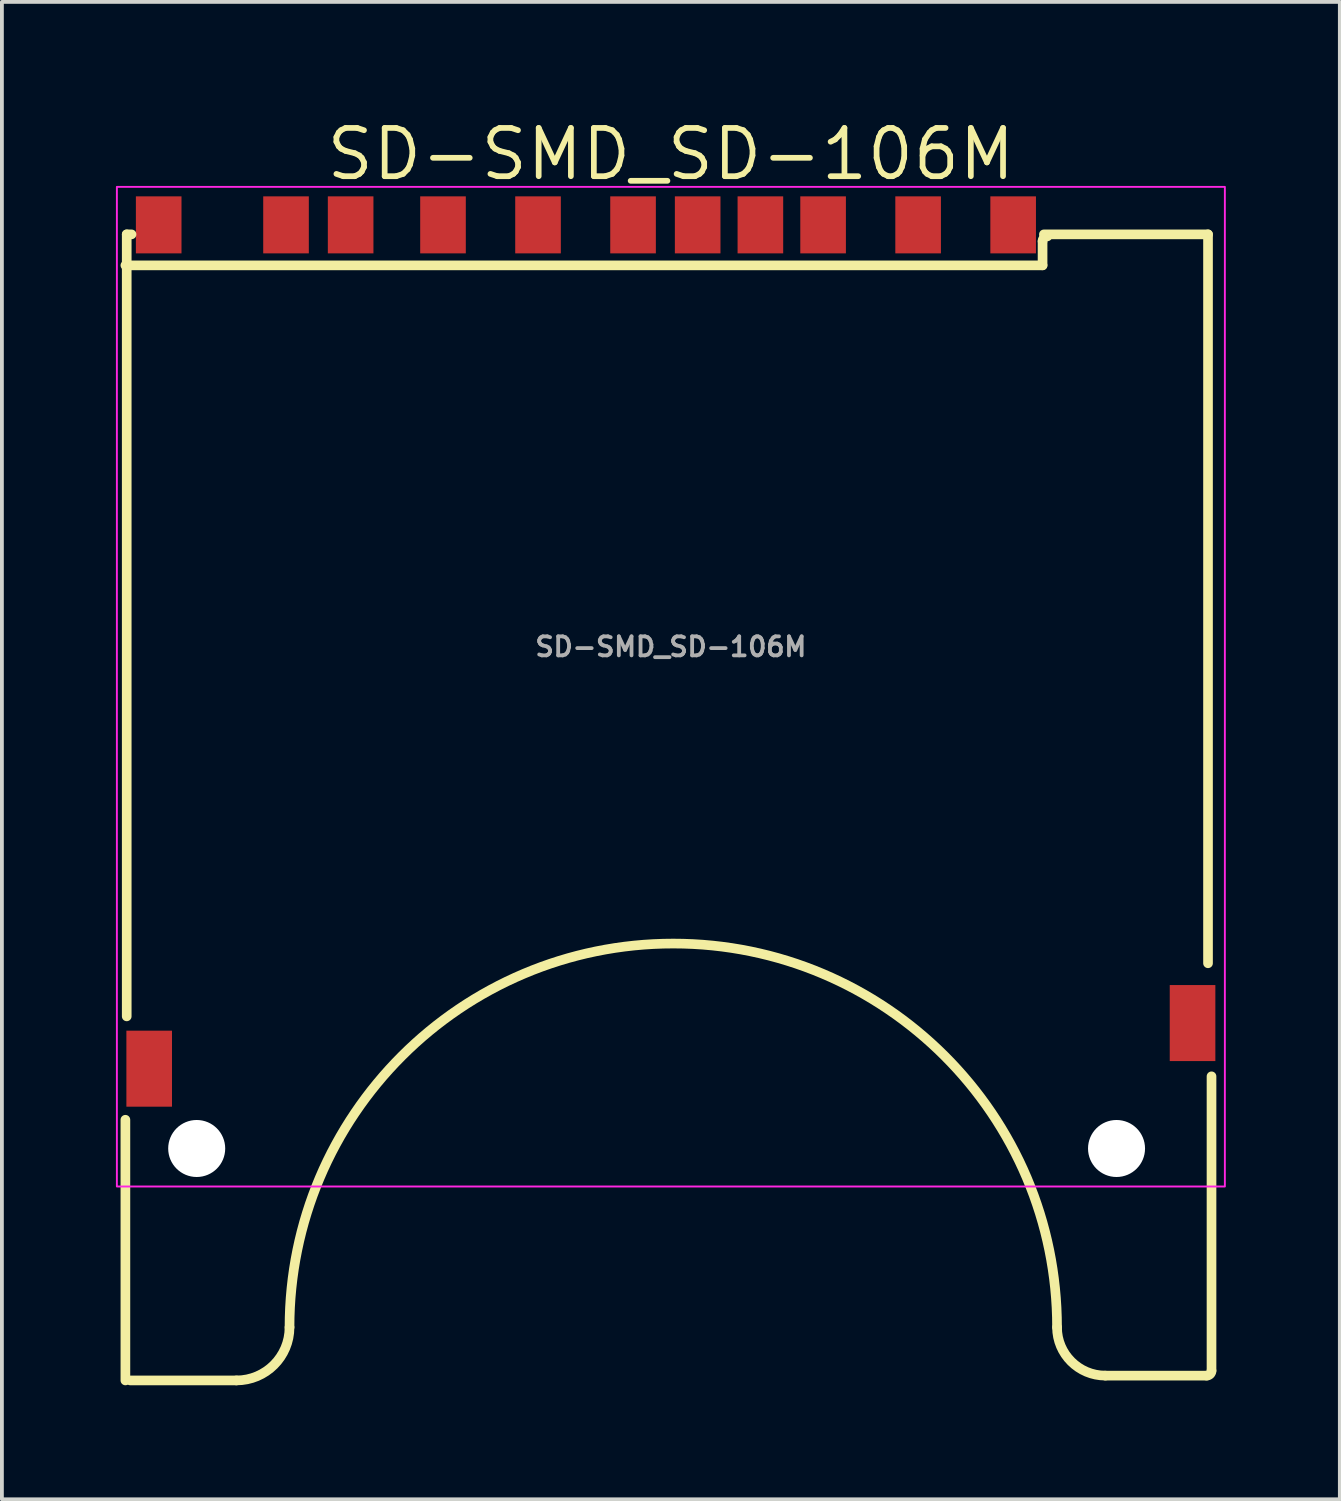
<source format=kicad_pcb>
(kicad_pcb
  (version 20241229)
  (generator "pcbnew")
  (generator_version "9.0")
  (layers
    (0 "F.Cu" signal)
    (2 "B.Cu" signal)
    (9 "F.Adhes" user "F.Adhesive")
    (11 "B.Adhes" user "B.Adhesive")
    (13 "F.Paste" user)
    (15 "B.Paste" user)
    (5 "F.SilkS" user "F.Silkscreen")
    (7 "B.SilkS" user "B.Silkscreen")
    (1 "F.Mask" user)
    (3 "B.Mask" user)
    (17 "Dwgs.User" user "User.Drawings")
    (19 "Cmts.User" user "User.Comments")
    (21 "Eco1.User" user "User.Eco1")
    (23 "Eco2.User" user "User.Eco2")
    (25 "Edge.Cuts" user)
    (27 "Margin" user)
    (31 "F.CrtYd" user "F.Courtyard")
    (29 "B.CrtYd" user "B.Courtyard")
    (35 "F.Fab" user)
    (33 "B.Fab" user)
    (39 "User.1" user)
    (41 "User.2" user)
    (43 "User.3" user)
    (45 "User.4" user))
  (footprint "SD-SMD_SD-106M"
    (layer "F.Cu")
    (at 14.6 13.966)
    (property "Reference" "SD-SMD_SD-106M" (at 0 -12.96 0) (layer "F.SilkS") (effects (font (size 1.27 1.27) (thickness 0.15))))
    (fp_line (start -14.351 -10.035) (end 9.779 -10.035) (stroke (width 0.254) (type default)) (layer "F.SilkS"))
    (fp_line (start -14.351 12.444) (end -14.351 19.302) (stroke (width 0.254) (type default)) (layer "F.SilkS"))
    (fp_line (start -14.316 -10.85) (end -14.316 9.724) (stroke (width 0.254) (type default)) (layer "F.SilkS"))
    (fp_line (start -14.224 19.302) (end -11.43 19.302) (stroke (width 0.254) (type default)) (layer "F.SilkS"))
    (fp_line (start -14.189 -10.85) (end -14.316 -10.85) (stroke (width 0.254) (type default)) (layer "F.SilkS"))
    (fp_line (start 9.779 -10.035) (end 9.779 -10.67) (stroke (width 0.254) (type default)) (layer "F.SilkS"))
    (fp_line (start 9.814 -10.85) (end 14.132 -10.85) (stroke (width 0.254) (type default)) (layer "F.SilkS"))
    (fp_line (start 14.097 19.175) (end 11.43 19.175) (stroke (width 0.254) (type default)) (layer "F.SilkS"))
    (fp_line (start 14.132 -10.85) (end 14.132 8.327) (stroke (width 0.254) (type default)) (layer "F.SilkS"))
    (fp_line (start 14.224 11.301) (end 14.224 19.048) (stroke (width 0.254) (type default)) (layer "F.SilkS"))
    (fp_arc (start -10.0331 17.905) (mid -10.442272 18.892828) (end -11.4301 19.302) (stroke (width 0.254) (type default)) (layer "F.SilkS"))
    (fp_arc (start -10.0331 17.905) (mid 0.0634 7.8085) (end 10.1599 17.905) (stroke (width 0.254) (type default)) (layer "F.SilkS"))
    (fp_arc (start 9.7789 -10.67) (mid 9.816097 -10.759803) (end 9.9059 -10.797) (stroke (width 0.254) (type default)) (layer "F.SilkS"))
    (fp_arc (start 11.4299 19.175) (mid 10.531874 18.803026) (end 10.1599 17.905) (stroke (width 0.254) (type default)) (layer "F.SilkS"))
    (fp_arc (start 14.2239 19.048) (mid 14.186703 19.137803) (end 14.0969 19.175) (stroke (width 0.254) (type default)) (layer "F.SilkS"))
    (fp_circle (center -12.475 13.2) (end -12.137 13.2) (stroke (width 0.675) (type default)) (fill no) (layer "Dwgs.User"))
    (fp_circle (center 11.725 13.2) (end 12.063 13.2) (stroke (width 0.675) (type default)) (fill no) (layer "Dwgs.User"))
    (fp_rect (start -14.575 -12.1) (end 14.575 14.2) (stroke (width 0.05) (type default)) (fill no) (layer "F.CrtYd"))
    (fp_circle (center 14.262 -11.473) (end 14.292 -11.473) (stroke (width 0.06) (type default)) (fill no) (layer "User.5"))
    (fp_text user "${REFERENCE}" (at 0 0 0) (layer "F.Fab") (effects (font (size 0.5 0.5) (thickness 0.1))))
    (pad "" np_thru_hole circle (at -12.475 13.2) (size 1.5 1.5) (drill 1.5) (layers "*.Cu" "*.Mask"))
    (pad "" np_thru_hole circle (at 11.725 13.2) (size 1.5 1.5) (drill 1.5) (layers "*.Cu" "*.Mask"))
    (pad "1" smd rect (at 6.505 -11.1) (size 1.2 1.5) (layers "F.Cu" "F.Mask" "F.Paste"))
    (pad "2" smd rect (at 4.005 -11.1) (size 1.2 1.5) (layers "F.Cu" "F.Mask" "F.Paste"))
    (pad "3" smd rect (at 0.705 -11.1) (size 1.2 1.5) (layers "F.Cu" "F.Mask" "F.Paste"))
    (pad "4" smd rect (at -0.995 -11.1) (size 1.2 1.5) (layers "F.Cu" "F.Mask" "F.Paste"))
    (pad "5" smd rect (at -3.495 -11.1) (size 1.2 1.5) (layers "F.Cu" "F.Mask" "F.Paste"))
    (pad "6" smd rect (at -5.995 -11.1) (size 1.2 1.5) (layers "F.Cu" "F.Mask" "F.Paste"))
    (pad "7" smd rect (at -8.425 -11.1) (size 1.2 1.5) (layers "F.Cu" "F.Mask" "F.Paste"))
    (pad "8" smd rect (at -10.125 -11.1) (size 1.2 1.5) (layers "F.Cu" "F.Mask" "F.Paste"))
    (pad "9" smd rect (at 9.005 -11.1) (size 1.2 1.5) (layers "F.Cu" "F.Mask" "F.Paste"))
    (pad "10" smd rect (at 2.355 -11.1) (size 1.2 1.5) (layers "F.Cu" "F.Mask" "F.Paste"))
    (pad "11" smd rect (at -13.475 -11.1) (size 1.2 1.5) (layers "F.Cu" "F.Mask" "F.Paste"))
    (pad "12" smd rect (at -13.725 11.1) (size 1.2 2) (layers "F.Cu" "F.Mask" "F.Paste"))
    (pad "13" smd rect (at 13.725 9.9) (size 1.2 2) (layers "F.Cu" "F.Mask" "F.Paste"))
    (zone (net_name "") (layer "User.3") (hatch edge 0.5) (priority 100) (connect_pads yes) (min_thickness 0) (filled_areas_thickness no) (fill yes) (polygon (pts (xy 0.35 32.641) (xy 0.35 3.441) (xy 28.85 3.441) (xy 28.85 32.641))) (filled_polygon (layer "User.3") (island) (pts (xy 0.35 32.641) (xy 0.35 3.441) (xy 28.85 3.441) (xy 28.85 32.641))))
    (zone (net_name "") (layer "User.4") (hatch edge 0.5) (priority 100) (connect_pads yes) (min_thickness 0) (filled_areas_thickness no) (fill yes) (polygon (pts (xy 0.625 24.596) (xy 1.125 24.596) (xy 1.125 25.536) (xy 0.625 25.536))) (filled_polygon (layer "User.4") (island) (pts (xy 0.625 24.596) (xy 1.125 24.596) (xy 1.125 25.536) (xy 0.625 25.536))))
    (zone (net_name "") (layer "User.4") (hatch edge 0.5) (priority 100) (connect_pads yes) (min_thickness 0) (filled_areas_thickness no) (fill yes) (polygon (pts (xy 0.85 2.516) (xy 1.4 2.516) (xy 1.4 3.716) (xy 0.85 3.716))) (filled_polygon (layer "User.4") (island) (pts (xy 0.85 2.516) (xy 1.4 2.516) (xy 1.4 3.716) (xy 0.85 3.716))))
    (zone (net_name "") (layer "User.4") (hatch edge 0.5) (priority 100) (connect_pads yes) (min_thickness 0) (filled_areas_thickness no) (fill yes) (polygon (pts (xy 4.2 2.516) (xy 4.75 2.516) (xy 4.75 3.716) (xy 4.2 3.716))) (filled_polygon (layer "User.4") (island) (pts (xy 4.2 2.516) (xy 4.75 2.516) (xy 4.75 3.716) (xy 4.2 3.716))))
    (zone (net_name "") (layer "User.4") (hatch edge 0.5) (priority 100) (connect_pads yes) (min_thickness 0) (filled_areas_thickness no) (fill yes) (polygon (pts (xy 5.9 2.516) (xy 6.45 2.516) (xy 6.45 3.716) (xy 5.9 3.716))) (filled_polygon (layer "User.4") (island) (pts (xy 5.9 2.516) (xy 6.45 2.516) (xy 6.45 3.716) (xy 5.9 3.716))))
    (zone (net_name "") (layer "User.4") (hatch edge 0.5) (priority 100) (connect_pads yes) (min_thickness 0) (filled_areas_thickness no) (fill yes) (polygon (pts (xy 8.33 2.516) (xy 8.88 2.516) (xy 8.88 3.716) (xy 8.33 3.716))) (filled_polygon (layer "User.4") (island) (pts (xy 8.33 2.516) (xy 8.88 2.516) (xy 8.88 3.716) (xy 8.33 3.716))))
    (zone (net_name "") (layer "User.4") (hatch edge 0.5) (priority 100) (connect_pads yes) (min_thickness 0) (filled_areas_thickness no) (fill yes) (polygon (pts (xy 10.83 2.516) (xy 11.38 2.516) (xy 11.38 3.716) (xy 10.83 3.716))) (filled_polygon (layer "User.4") (island) (pts (xy 10.83 2.516) (xy 11.38 2.516) (xy 11.38 3.716) (xy 10.83 3.716))))
    (zone (net_name "") (layer "User.4") (hatch edge 0.5) (priority 100) (connect_pads yes) (min_thickness 0) (filled_areas_thickness no) (fill yes) (polygon (pts (xy 13.33 2.516) (xy 13.88 2.516) (xy 13.88 3.716) (xy 13.33 3.716))) (filled_polygon (layer "User.4") (island) (pts (xy 13.33 2.516) (xy 13.88 2.516) (xy 13.88 3.716) (xy 13.33 3.716))))
    (zone (net_name "") (layer "User.4") (hatch edge 0.5) (priority 100) (connect_pads yes) (min_thickness 0) (filled_areas_thickness no) (fill yes) (polygon (pts (xy 15.03 2.516) (xy 15.58 2.516) (xy 15.58 3.716) (xy 15.03 3.716))) (filled_polygon (layer "User.4") (island) (pts (xy 15.03 2.516) (xy 15.58 2.516) (xy 15.58 3.716) (xy 15.03 3.716))))
    (zone (net_name "") (layer "User.4") (hatch edge 0.5) (priority 100) (connect_pads yes) (min_thickness 0) (filled_areas_thickness no) (fill yes) (polygon (pts (xy 16.68 2.516) (xy 17.23 2.516) (xy 17.23 3.716) (xy 16.68 3.716))) (filled_polygon (layer "User.4") (island) (pts (xy 16.68 2.516) (xy 17.23 2.516) (xy 17.23 3.716) (xy 16.68 3.716))))
    (zone (net_name "") (layer "User.4") (hatch edge 0.5) (priority 100) (connect_pads yes) (min_thickness 0) (filled_areas_thickness no) (fill yes) (polygon (pts (xy 18.33 2.516) (xy 18.88 2.516) (xy 18.88 3.716) (xy 18.33 3.716))) (filled_polygon (layer "User.4") (island) (pts (xy 18.33 2.516) (xy 18.88 2.516) (xy 18.88 3.716) (xy 18.33 3.716))))
    (zone (net_name "") (layer "User.4") (hatch edge 0.5) (priority 100) (connect_pads yes) (min_thickness 0) (filled_areas_thickness no) (fill yes) (polygon (pts (xy 20.83 2.516) (xy 21.38 2.516) (xy 21.38 3.716) (xy 20.83 3.716))) (filled_polygon (layer "User.4") (island) (pts (xy 20.83 2.516) (xy 21.38 2.516) (xy 21.38 3.716) (xy 20.83 3.716))))
    (zone (net_name "") (layer "User.4") (hatch edge 0.5) (priority 100) (connect_pads yes) (min_thickness 0) (filled_areas_thickness no) (fill yes) (polygon (pts (xy 23.33 2.516) (xy 23.88 2.516) (xy 23.88 3.716) (xy 23.33 3.716))) (filled_polygon (layer "User.4") (island) (pts (xy 23.33 2.516) (xy 23.88 2.516) (xy 23.88 3.716) (xy 23.33 3.716))))
    (zone (net_name "") (layer "User.4") (hatch edge 0.5) (priority 100) (connect_pads yes) (min_thickness 0) (filled_areas_thickness no) (fill yes) (polygon (pts (xy 28.075 23.396) (xy 28.575 23.396) (xy 28.575 24.336) (xy 28.075 24.336))) (filled_polygon (layer "User.4") (island) (pts (xy 28.075 23.396) (xy 28.575 23.396) (xy 28.575 24.336) (xy 28.075 24.336)))))
  (gr_rect
    (start -3 -3)
    (end 32.2 36.395)
    (stroke (width 0.1) (type default))
    (fill no)
    (layer "Edge.Cuts")))
</source>
